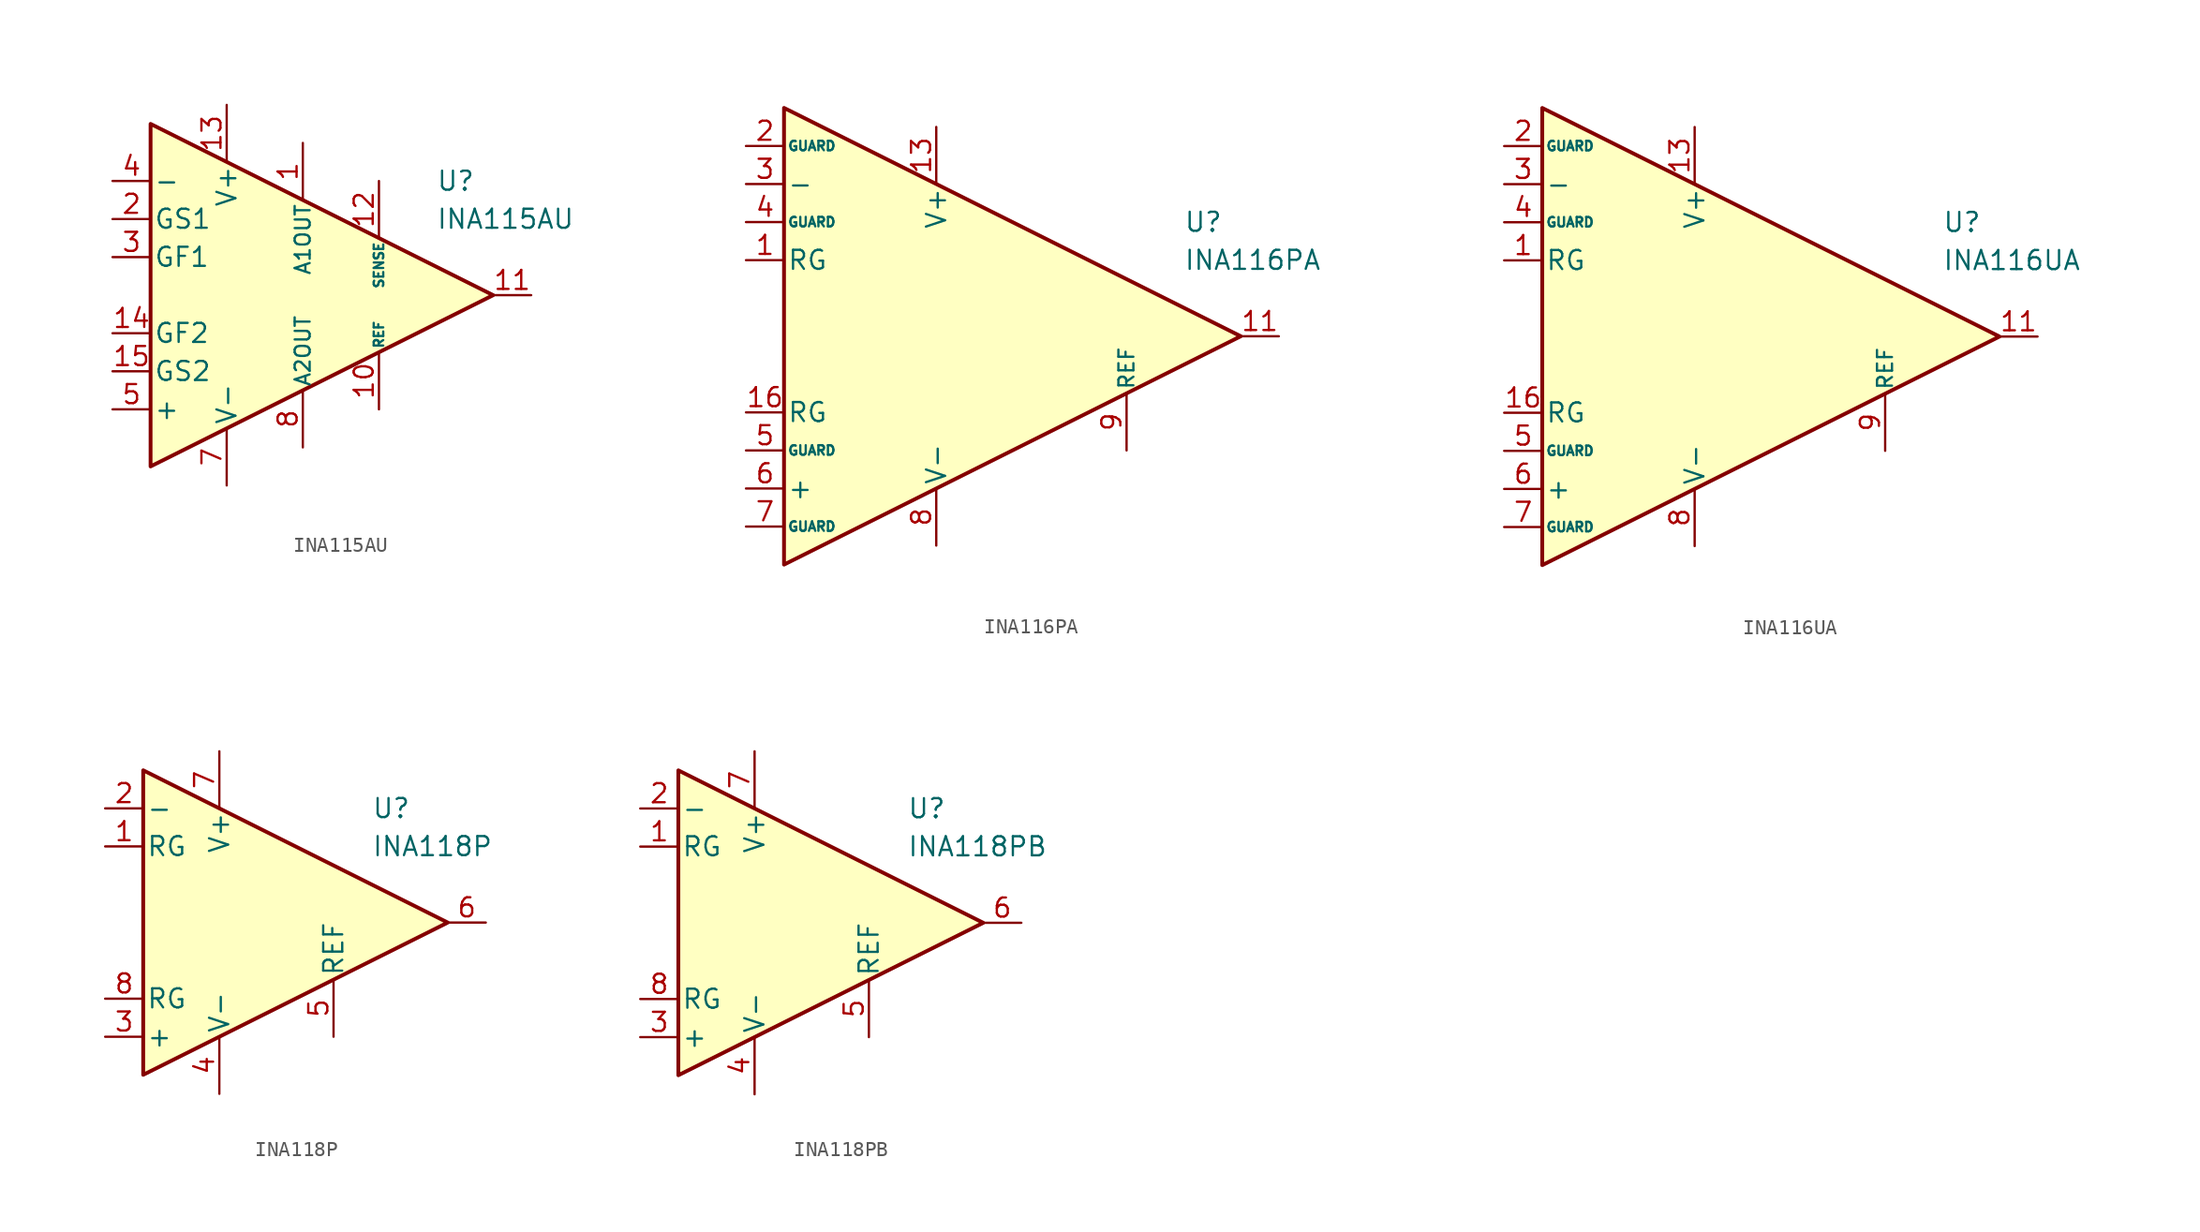
<source format=kicad_sym>
(kicad_symbol_lib
  (version 20211014)
  (generator kicad_symbol_editor)
  (symbol "INA115AU"
    (pin_names
      (offset 0.2))
    (property "Reference" "U"
      (at 10.16 7.62 0)
      (effects (font (size 1.27 1.27)) (justify left)))
    (property "Value" "INA115AU"
      (at 10.16 5.08 0)
      (effects (font (size 1.27 1.27)) (justify left)))
    (symbol "INA115AU_0_1"
      (polyline (pts (xy -8.89 11.43) (xy -8.89 -11.43) (xy 13.97 0) (xy -8.89 11.43)) (stroke (width 0.254) (type default) (color 0 0 0 0)) (fill (type background))))
    (symbol "INA115AU_1_1"
      (pin passive line (at 1.27 10.16 270) (length 3.81) (name "A1OUT" (effects (font (size 1 1)))) (number "1" (effects (font (size 1.27 1.27)))))
      (pin input line (at 6.35 -7.62 90) (length 3.81) (name "REF" (effects (font (size 0.635 0.635)))) (number "10" (effects (font (size 1.27 1.27)))))
      (pin output line (at 16.51 0 180) (length 2.54) (name "~" (effects (font (size 1.27 1.27)))) (number "11" (effects (font (size 1.27 1.27)))))
      (pin input line (at 6.35 7.62 270) (length 3.81) (name "SENSE" (effects (font (size 0.635 0.635)))) (number "12" (effects (font (size 1.27 1.27)))))
      (pin power_in line (at -3.81 12.7 270) (length 3.81) (name "V+" (effects (font (size 1.27 1.27)))) (number "13" (effects (font (size 1.27 1.27)))))
      (pin passive line (at -11.43 -2.54 0) (length 2.54) (name "GF2" (effects (font (size 1.27 1.27)))) (number "14" (effects (font (size 1.27 1.27)))))
      (pin passive line (at -11.43 -5.08 0) (length 2.54) (name "GS2" (effects (font (size 1.27 1.27)))) (number "15" (effects (font (size 1.27 1.27)))))
      (pin no_connect line (at -3.81 -2.54 0) (length 2.54) hide (name "NC" (effects (font (size 1.27 1.27)))) (number "16" (effects (font (size 1.27 1.27)))))
      (pin passive line (at -11.43 5.08 0) (length 2.54) (name "GS1" (effects (font (size 1.27 1.27)))) (number "2" (effects (font (size 1.27 1.27)))))
      (pin passive line (at -11.43 2.54 0) (length 2.54) (name "GF1" (effects (font (size 1.27 1.27)))) (number "3" (effects (font (size 1.27 1.27)))))
      (pin input line (at -11.43 7.62 0) (length 2.54) (name "-" (effects (font (size 1.27 1.27)))) (number "4" (effects (font (size 1.27 1.27)))))
      (pin input line (at -11.43 -7.62 0) (length 2.54) (name "+" (effects (font (size 1.27 1.27)))) (number "5" (effects (font (size 1.27 1.27)))))
      (pin no_connect line (at -3.81 2.54 0) (length 2.54) hide (name "NC" (effects (font (size 1.27 1.27)))) (number "6" (effects (font (size 1.27 1.27)))))
      (pin power_in line (at -3.81 -12.7 90) (length 3.81) (name "V-" (effects (font (size 1.27 1.27)))) (number "7" (effects (font (size 1.27 1.27)))))
      (pin passive line (at 1.27 -10.16 90) (length 3.81) (name "A2OUT" (effects (font (size 1 1)))) (number "8" (effects (font (size 1.27 1.27)))))
      (pin no_connect line (at -3.81 0 0) (length 2.54) hide (name "NC" (effects (font (size 1.27 1.27)))) (number "9" (effects (font (size 1.27 1.27)))))))
  (symbol "INA116PA"
    (pin_names
      (offset 0.2))
    (property "Reference" "U"
      (at 17.78 7.62 0)
      (effects (font (size 1.27 1.27)) (justify left)))
    (property "Value" "INA116PA"
      (at 17.78 5.08 0)
      (effects (font (size 1.27 1.27)) (justify left)))
    (symbol "INA116PA_0_1"
      (polyline (pts (xy -8.89 15.24) (xy -8.89 -15.24) (xy 21.59 0) (xy -8.89 15.24)) (stroke (width 0.254) (type default) (color 0 0 0 0)) (fill (type background))))
    (symbol "INA116PA_1_1"
      (pin passive line (at -11.43 5.08 0) (length 2.54) (name "RG" (effects (font (size 1.27 1.27)))) (number "1" (effects (font (size 1.27 1.27)))))
      (pin no_connect line (at 2.54 3.81 0) (length 2.54) hide (name "NC" (effects (font (size 1.27 1.27)))) (number "10" (effects (font (size 1.27 1.27)))))
      (pin output line (at 24.13 0 180) (length 2.54) (name "~" (effects (font (size 1.27 1.27)))) (number "11" (effects (font (size 1.27 1.27)))))
      (pin no_connect line (at 2.54 1.27 0) (length 2.54) hide (name "NC" (effects (font (size 1.27 1.27)))) (number "12" (effects (font (size 1.27 1.27)))))
      (pin power_in line (at 1.27 13.97 270) (length 3.81) (name "V+" (effects (font (size 1.27 1.27)))) (number "13" (effects (font (size 1.27 1.27)))))
      (pin no_connect line (at 2.54 -1.27 0) (length 2.54) hide (name "NC" (effects (font (size 1.27 1.27)))) (number "14" (effects (font (size 1.27 1.27)))))
      (pin no_connect line (at 2.54 -3.81 0) (length 2.54) hide (name "NC" (effects (font (size 1.27 1.27)))) (number "15" (effects (font (size 1.27 1.27)))))
      (pin passive line (at -11.43 -5.08 0) (length 2.54) (name "RG" (effects (font (size 1.27 1.27)))) (number "16" (effects (font (size 1.27 1.27)))))
      (pin passive line (at -11.43 12.7 0) (length 2.54) (name "GUARD" (effects (font (size 0.635 0.635)))) (number "2" (effects (font (size 1.27 1.27)))))
      (pin input line (at -11.43 10.16 0) (length 2.54) (name "-" (effects (font (size 1.27 1.27)))) (number "3" (effects (font (size 1.27 1.27)))))
      (pin passive line (at -11.43 7.62 0) (length 2.54) (name "GUARD" (effects (font (size 0.635 0.635)))) (number "4" (effects (font (size 1.27 1.27)))))
      (pin passive line (at -11.43 -7.62 0) (length 2.54) (name "GUARD" (effects (font (size 0.635 0.635)))) (number "5" (effects (font (size 1.27 1.27)))))
      (pin input line (at -11.43 -10.16 0) (length 2.54) (name "+" (effects (font (size 1.27 1.27)))) (number "6" (effects (font (size 1.27 1.27)))))
      (pin passive line (at -11.43 -12.7 0) (length 2.54) (name "GUARD" (effects (font (size 0.635 0.635)))) (number "7" (effects (font (size 1.27 1.27)))))
      (pin power_in line (at 1.27 -13.97 90) (length 3.81) (name "V-" (effects (font (size 1.27 1.27)))) (number "8" (effects (font (size 1.27 1.27)))))
      (pin input line (at 13.97 -7.62 90) (length 3.81) (name "REF" (effects (font (size 1 1)))) (number "9" (effects (font (size 1.27 1.27)))))))
  (symbol "INA116UA"
    (pin_names
      (offset 0.2))
    (property "Reference" "U"
      (at 17.78 7.62 0)
      (effects (font (size 1.27 1.27)) (justify left)))
    (property "Value" "INA116UA"
      (at 17.78 5.08 0)
      (effects (font (size 1.27 1.27)) (justify left)))
    (symbol "INA116UA_0_1"
      (polyline (pts (xy -8.89 15.24) (xy -8.89 -15.24) (xy 21.59 0) (xy -8.89 15.24)) (stroke (width 0.254) (type default) (color 0 0 0 0)) (fill (type background))))
    (symbol "INA116UA_1_1"
      (pin passive line (at -11.43 5.08 0) (length 2.54) (name "RG" (effects (font (size 1.27 1.27)))) (number "1" (effects (font (size 1.27 1.27)))))
      (pin no_connect line (at 2.54 3.81 0) (length 2.54) hide (name "NC" (effects (font (size 1.27 1.27)))) (number "10" (effects (font (size 1.27 1.27)))))
      (pin output line (at 24.13 0 180) (length 2.54) (name "~" (effects (font (size 1.27 1.27)))) (number "11" (effects (font (size 1.27 1.27)))))
      (pin no_connect line (at 2.54 1.27 0) (length 2.54) hide (name "NC" (effects (font (size 1.27 1.27)))) (number "12" (effects (font (size 1.27 1.27)))))
      (pin power_in line (at 1.27 13.97 270) (length 3.81) (name "V+" (effects (font (size 1.27 1.27)))) (number "13" (effects (font (size 1.27 1.27)))))
      (pin no_connect line (at 2.54 -1.27 0) (length 2.54) hide (name "NC" (effects (font (size 1.27 1.27)))) (number "14" (effects (font (size 1.27 1.27)))))
      (pin no_connect line (at 2.54 -3.81 0) (length 2.54) hide (name "NC" (effects (font (size 1.27 1.27)))) (number "15" (effects (font (size 1.27 1.27)))))
      (pin passive line (at -11.43 -5.08 0) (length 2.54) (name "RG" (effects (font (size 1.27 1.27)))) (number "16" (effects (font (size 1.27 1.27)))))
      (pin passive line (at -11.43 12.7 0) (length 2.54) (name "GUARD" (effects (font (size 0.635 0.635)))) (number "2" (effects (font (size 1.27 1.27)))))
      (pin input line (at -11.43 10.16 0) (length 2.54) (name "-" (effects (font (size 1.27 1.27)))) (number "3" (effects (font (size 1.27 1.27)))))
      (pin passive line (at -11.43 7.62 0) (length 2.54) (name "GUARD" (effects (font (size 0.635 0.635)))) (number "4" (effects (font (size 1.27 1.27)))))
      (pin passive line (at -11.43 -7.62 0) (length 2.54) (name "GUARD" (effects (font (size 0.635 0.635)))) (number "5" (effects (font (size 1.27 1.27)))))
      (pin input line (at -11.43 -10.16 0) (length 2.54) (name "+" (effects (font (size 1.27 1.27)))) (number "6" (effects (font (size 1.27 1.27)))))
      (pin passive line (at -11.43 -12.7 0) (length 2.54) (name "GUARD" (effects (font (size 0.635 0.635)))) (number "7" (effects (font (size 1.27 1.27)))))
      (pin power_in line (at 1.27 -13.97 90) (length 3.81) (name "V-" (effects (font (size 1.27 1.27)))) (number "8" (effects (font (size 1.27 1.27)))))
      (pin input line (at 13.97 -7.62 90) (length 3.81) (name "REF" (effects (font (size 1 1)))) (number "9" (effects (font (size 1.27 1.27)))))))
  (symbol "INA118P"
    (pin_names
      (offset 0.2))
    (property "Reference" "U"
      (at 6.35 7.62 0)
      (effects (font (size 1.27 1.27)) (justify left)))
    (property "Value" "INA118P"
      (at 6.35 5.08 0)
      (effects (font (size 1.27 1.27)) (justify left)))
    (symbol "INA118P_0_1"
      (polyline (pts (xy -8.89 10.16) (xy -8.89 -10.16) (xy 11.43 0) (xy -8.89 10.16)) (stroke (width 0.254) (type default) (color 0 0 0 0)) (fill (type background))))
    (symbol "INA118P_1_1"
      (pin passive line (at -11.43 5.08 0) (length 2.54) (name "RG" (effects (font (size 1.27 1.27)))) (number "1" (effects (font (size 1.27 1.27)))))
      (pin input line (at -11.43 7.62 0) (length 2.54) (name "-" (effects (font (size 1.27 1.27)))) (number "2" (effects (font (size 1.27 1.27)))))
      (pin input line (at -11.43 -7.62 0) (length 2.54) (name "+" (effects (font (size 1.27 1.27)))) (number "3" (effects (font (size 1.27 1.27)))))
      (pin power_in line (at -3.81 -11.43 90) (length 3.81) (name "V-" (effects (font (size 1.27 1.27)))) (number "4" (effects (font (size 1.27 1.27)))))
      (pin input line (at 3.81 -7.62 90) (length 3.81) (name "REF" (effects (font (size 1.27 1.27)))) (number "5" (effects (font (size 1.27 1.27)))))
      (pin output line (at 13.97 0 180) (length 2.54) (name "~" (effects (font (size 1.27 1.27)))) (number "6" (effects (font (size 1.27 1.27)))))
      (pin power_in line (at -3.81 11.43 270) (length 3.81) (name "V+" (effects (font (size 1.27 1.27)))) (number "7" (effects (font (size 1.27 1.27)))))
      (pin passive line (at -11.43 -5.08 0) (length 2.54) (name "RG" (effects (font (size 1.27 1.27)))) (number "8" (effects (font (size 1.27 1.27)))))))
  (symbol "INA118PB"
    (pin_names
      (offset 0.2))
    (property "Reference" "U"
      (at 6.35 7.62 0)
      (effects (font (size 1.27 1.27)) (justify left)))
    (property "Value" "INA118PB"
      (at 6.35 5.08 0)
      (effects (font (size 1.27 1.27)) (justify left)))
    (symbol "INA118PB_0_1"
      (polyline (pts (xy -8.89 10.16) (xy -8.89 -10.16) (xy 11.43 0) (xy -8.89 10.16)) (stroke (width 0.254) (type default) (color 0 0 0 0)) (fill (type background))))
    (symbol "INA118PB_1_1"
      (pin passive line (at -11.43 5.08 0) (length 2.54) (name "RG" (effects (font (size 1.27 1.27)))) (number "1" (effects (font (size 1.27 1.27)))))
      (pin input line (at -11.43 7.62 0) (length 2.54) (name "-" (effects (font (size 1.27 1.27)))) (number "2" (effects (font (size 1.27 1.27)))))
      (pin input line (at -11.43 -7.62 0) (length 2.54) (name "+" (effects (font (size 1.27 1.27)))) (number "3" (effects (font (size 1.27 1.27)))))
      (pin power_in line (at -3.81 -11.43 90) (length 3.81) (name "V-" (effects (font (size 1.27 1.27)))) (number "4" (effects (font (size 1.27 1.27)))))
      (pin input line (at 3.81 -7.62 90) (length 3.81) (name "REF" (effects (font (size 1.27 1.27)))) (number "5" (effects (font (size 1.27 1.27)))))
      (pin output line (at 13.97 0 180) (length 2.54) (name "~" (effects (font (size 1.27 1.27)))) (number "6" (effects (font (size 1.27 1.27)))))
      (pin power_in line (at -3.81 11.43 270) (length 3.81) (name "V+" (effects (font (size 1.27 1.27)))) (number "7" (effects (font (size 1.27 1.27)))))
      (pin passive line (at -11.43 -5.08 0) (length 2.54) (name "RG" (effects (font (size 1.27 1.27)))) (number "8" (effects (font (size 1.27 1.27))))))))
</source>
